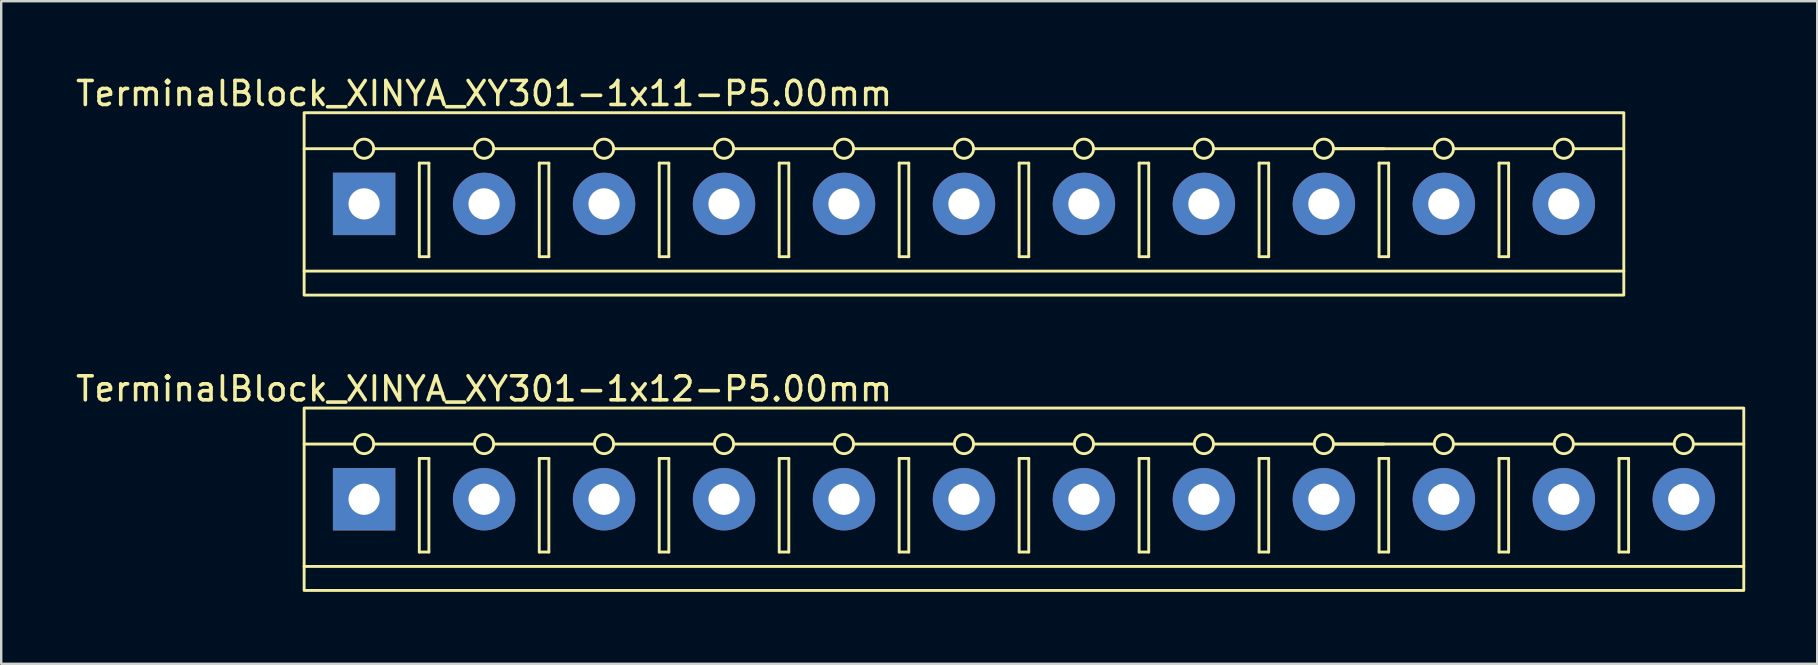
<source format=kicad_pcb>
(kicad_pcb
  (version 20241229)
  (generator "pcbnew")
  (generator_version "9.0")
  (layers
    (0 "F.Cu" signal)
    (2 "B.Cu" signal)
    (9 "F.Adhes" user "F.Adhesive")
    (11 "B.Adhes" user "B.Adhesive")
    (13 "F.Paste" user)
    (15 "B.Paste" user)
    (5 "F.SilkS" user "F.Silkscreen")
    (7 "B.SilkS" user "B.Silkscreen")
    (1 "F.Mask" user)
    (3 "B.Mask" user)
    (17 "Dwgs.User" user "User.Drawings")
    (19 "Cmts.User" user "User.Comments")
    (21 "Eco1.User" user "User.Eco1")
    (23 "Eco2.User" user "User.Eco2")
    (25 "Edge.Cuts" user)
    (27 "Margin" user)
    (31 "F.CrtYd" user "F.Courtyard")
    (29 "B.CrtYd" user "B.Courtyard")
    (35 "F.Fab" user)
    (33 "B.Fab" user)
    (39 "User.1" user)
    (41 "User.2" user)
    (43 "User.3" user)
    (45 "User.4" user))
  (footprint "TerminalBlock_XINYA_XY301-1x12-P5.00mm"
    (layer "F.Cu")
    (at 9.625 13.957)
    (property "Reference" "TerminalBlock_XINYA_XY301-1x12-P5.00mm" (at 7.5 -0.8 0) (unlocked yes) (layer "F.SilkS") (effects (font (size 1 1) (thickness 0.15))))
    (attr through_hole)
    (fp_line (start 2.1 1.5) (end 0 1.5) (stroke (width 0.12) (type solid)) (layer "F.SilkS"))
    (fp_line (start 4.8 2.1) (end 4.8 6) (stroke (width 0.12) (type solid)) (layer "F.SilkS"))
    (fp_line (start 4.8 6) (end 5.2 6) (stroke (width 0.12) (type solid)) (layer "F.SilkS"))
    (fp_line (start 5.2 2.1) (end 4.8 2.1) (stroke (width 0.12) (type solid)) (layer "F.SilkS"))
    (fp_line (start 5.2 6) (end 5.2 2.1) (stroke (width 0.12) (type solid)) (layer "F.SilkS"))
    (fp_line (start 7.1 1.5) (end 2.9 1.5) (stroke (width 0.12) (type solid)) (layer "F.SilkS"))
    (fp_line (start 9.8 2.1) (end 9.8 6) (stroke (width 0.12) (type solid)) (layer "F.SilkS"))
    (fp_line (start 9.8 6) (end 10.2 6) (stroke (width 0.12) (type solid)) (layer "F.SilkS"))
    (fp_line (start 10.2 2.1) (end 9.8 2.1) (stroke (width 0.12) (type solid)) (layer "F.SilkS"))
    (fp_line (start 10.2 6) (end 10.2 2.1) (stroke (width 0.12) (type solid)) (layer "F.SilkS"))
    (fp_line (start 12.1 1.5) (end 7.9 1.5) (stroke (width 0.12) (type solid)) (layer "F.SilkS"))
    (fp_line (start 14.8 2.1) (end 14.8 6) (stroke (width 0.12) (type solid)) (layer "F.SilkS"))
    (fp_line (start 14.8 6) (end 15.2 6) (stroke (width 0.12) (type solid)) (layer "F.SilkS"))
    (fp_line (start 15.2 2.1) (end 14.8 2.1) (stroke (width 0.12) (type solid)) (layer "F.SilkS"))
    (fp_line (start 15.2 6) (end 15.2 2.1) (stroke (width 0.12) (type solid)) (layer "F.SilkS"))
    (fp_line (start 17.1 1.5) (end 12.9 1.5) (stroke (width 0.12) (type solid)) (layer "F.SilkS"))
    (fp_line (start 19.8 2.1) (end 19.8 6) (stroke (width 0.12) (type solid)) (layer "F.SilkS"))
    (fp_line (start 19.8 6) (end 20.2 6) (stroke (width 0.12) (type solid)) (layer "F.SilkS"))
    (fp_line (start 20.2 2.1) (end 19.8 2.1) (stroke (width 0.12) (type solid)) (layer "F.SilkS"))
    (fp_line (start 20.2 6) (end 20.2 2.1) (stroke (width 0.12) (type solid)) (layer "F.SilkS"))
    (fp_line (start 22.1 1.5) (end 17.9 1.5) (stroke (width 0.12) (type solid)) (layer "F.SilkS"))
    (fp_line (start 24.8 2.1) (end 24.8 6) (stroke (width 0.12) (type solid)) (layer "F.SilkS"))
    (fp_line (start 24.8 6) (end 25.2 6) (stroke (width 0.12) (type solid)) (layer "F.SilkS"))
    (fp_line (start 25.2 2.1) (end 24.8 2.1) (stroke (width 0.12) (type solid)) (layer "F.SilkS"))
    (fp_line (start 25.2 6) (end 25.2 2.1) (stroke (width 0.12) (type solid)) (layer "F.SilkS"))
    (fp_line (start 27.1 1.5) (end 22.9 1.5) (stroke (width 0.12) (type solid)) (layer "F.SilkS"))
    (fp_line (start 29.8 2.1) (end 29.8 6) (stroke (width 0.12) (type solid)) (layer "F.SilkS"))
    (fp_line (start 29.8 6) (end 30.2 6) (stroke (width 0.12) (type solid)) (layer "F.SilkS"))
    (fp_line (start 30.2 2.1) (end 29.8 2.1) (stroke (width 0.12) (type solid)) (layer "F.SilkS"))
    (fp_line (start 30.2 6) (end 30.2 2.1) (stroke (width 0.12) (type solid)) (layer "F.SilkS"))
    (fp_line (start 32.1 1.5) (end 27.9 1.5) (stroke (width 0.12) (type solid)) (layer "F.SilkS"))
    (fp_line (start 34.8 2.1) (end 34.8 6) (stroke (width 0.12) (type solid)) (layer "F.SilkS"))
    (fp_line (start 34.8 6) (end 35.2 6) (stroke (width 0.12) (type solid)) (layer "F.SilkS"))
    (fp_line (start 35.2 2.1) (end 34.8 2.1) (stroke (width 0.12) (type solid)) (layer "F.SilkS"))
    (fp_line (start 35.2 6) (end 35.2 2.1) (stroke (width 0.12) (type solid)) (layer "F.SilkS"))
    (fp_line (start 37.1 1.5) (end 32.9 1.5) (stroke (width 0.12) (type solid)) (layer "F.SilkS"))
    (fp_line (start 39.8 2.1) (end 39.8 6) (stroke (width 0.12) (type solid)) (layer "F.SilkS"))
    (fp_line (start 39.8 6) (end 40.2 6) (stroke (width 0.12) (type solid)) (layer "F.SilkS"))
    (fp_line (start 40.2 2.1) (end 39.8 2.1) (stroke (width 0.12) (type solid)) (layer "F.SilkS"))
    (fp_line (start 40.2 6) (end 40.2 2.1) (stroke (width 0.12) (type solid)) (layer "F.SilkS"))
    (fp_line (start 42.1 1.5) (end 37.9 1.5) (stroke (width 0.12) (type solid)) (layer "F.SilkS"))
    (fp_line (start 42.9 1.5) (end 45 1.5) (stroke (width 0.12) (type solid)) (layer "F.SilkS"))
    (fp_line (start 44.8 2.1) (end 44.8 6) (stroke (width 0.12) (type solid)) (layer "F.SilkS"))
    (fp_line (start 44.8 6) (end 45.2 6) (stroke (width 0.12) (type solid)) (layer "F.SilkS"))
    (fp_line (start 45.2 2.1) (end 44.8 2.1) (stroke (width 0.12) (type solid)) (layer "F.SilkS"))
    (fp_line (start 45.2 6) (end 45.2 2.1) (stroke (width 0.12) (type solid)) (layer "F.SilkS"))
    (fp_line (start 47.1 1.5) (end 42.9 1.5) (stroke (width 0.12) (type solid)) (layer "F.SilkS"))
    (fp_line (start 49.8 2.1) (end 49.8 6) (stroke (width 0.12) (type solid)) (layer "F.SilkS"))
    (fp_line (start 49.8 6) (end 50.2 6) (stroke (width 0.12) (type solid)) (layer "F.SilkS"))
    (fp_line (start 50.2 2.1) (end 49.8 2.1) (stroke (width 0.12) (type solid)) (layer "F.SilkS"))
    (fp_line (start 50.2 6) (end 50.2 2.1) (stroke (width 0.12) (type solid)) (layer "F.SilkS"))
    (fp_line (start 52.1 1.5) (end 47.9 1.5) (stroke (width 0.12) (type solid)) (layer "F.SilkS"))
    (fp_line (start 54.8 2.1) (end 54.8 6) (stroke (width 0.12) (type solid)) (layer "F.SilkS"))
    (fp_line (start 54.8 6) (end 55.2 6) (stroke (width 0.12) (type solid)) (layer "F.SilkS"))
    (fp_line (start 55.2 2.1) (end 54.8 2.1) (stroke (width 0.12) (type solid)) (layer "F.SilkS"))
    (fp_line (start 55.2 6) (end 55.2 2.1) (stroke (width 0.12) (type solid)) (layer "F.SilkS"))
    (fp_line (start 57.1 1.5) (end 52.9 1.5) (stroke (width 0.12) (type solid)) (layer "F.SilkS"))
    (fp_line (start 57.9 1.5) (end 60 1.5) (stroke (width 0.12) (type solid)) (layer "F.SilkS"))
    (fp_line (start 60 6.6) (end 0 6.6) (stroke (width 0.12) (type solid)) (layer "F.SilkS"))
    (fp_rect (start 0 0) (end 60 7.6) (stroke (width 0.12) (type solid)) (fill no) (layer "F.SilkS"))
    (fp_circle (center 2.5 1.5) (end 2.9 1.5) (stroke (width 0.12) (type solid)) (fill no) (layer "F.SilkS"))
    (fp_circle (center 7.5 1.5) (end 7.9 1.5) (stroke (width 0.12) (type solid)) (fill no) (layer "F.SilkS"))
    (fp_circle (center 12.5 1.5) (end 12.9 1.5) (stroke (width 0.12) (type solid)) (fill no) (layer "F.SilkS"))
    (fp_circle (center 17.5 1.5) (end 17.9 1.5) (stroke (width 0.12) (type solid)) (fill no) (layer "F.SilkS"))
    (fp_circle (center 22.5 1.5) (end 22.9 1.5) (stroke (width 0.12) (type solid)) (fill no) (layer "F.SilkS"))
    (fp_circle (center 27.5 1.5) (end 27.9 1.5) (stroke (width 0.12) (type solid)) (fill no) (layer "F.SilkS"))
    (fp_circle (center 32.5 1.5) (end 32.9 1.5) (stroke (width 0.12) (type solid)) (fill no) (layer "F.SilkS"))
    (fp_circle (center 37.5 1.5) (end 37.9 1.5) (stroke (width 0.12) (type solid)) (fill no) (layer "F.SilkS"))
    (fp_circle (center 42.5 1.5) (end 42.9 1.5) (stroke (width 0.12) (type solid)) (fill no) (layer "F.SilkS"))
    (fp_circle (center 47.5 1.5) (end 47.9 1.5) (stroke (width 0.12) (type solid)) (fill no) (layer "F.SilkS"))
    (fp_circle (center 52.5 1.5) (end 52.9 1.5) (stroke (width 0.12) (type solid)) (fill no) (layer "F.SilkS"))
    (fp_circle (center 57.5 1.5) (end 57.9 1.5) (stroke (width 0.12) (type solid)) (fill no) (layer "F.SilkS"))
    (pad "1" thru_hole rect (at 2.5 3.8) (size 2.6 2.6) (drill 1.3) (layers "*.Cu" "*.Mask"))
    (pad "2" thru_hole circle (at 7.5 3.8) (size 2.6 2.6) (drill 1.3) (layers "*.Cu" "*.Mask"))
    (pad "3" thru_hole circle (at 12.5 3.8) (size 2.6 2.6) (drill 1.3) (layers "*.Cu" "*.Mask"))
    (pad "4" thru_hole circle (at 17.5 3.8) (size 2.6 2.6) (drill 1.3) (layers "*.Cu" "*.Mask"))
    (pad "5" thru_hole circle (at 22.5 3.8) (size 2.6 2.6) (drill 1.3) (layers "*.Cu" "*.Mask"))
    (pad "6" thru_hole circle (at 27.5 3.8) (size 2.6 2.6) (drill 1.3) (layers "*.Cu" "*.Mask"))
    (pad "7" thru_hole circle (at 32.5 3.8) (size 2.6 2.6) (drill 1.3) (layers "*.Cu" "*.Mask"))
    (pad "8" thru_hole circle (at 37.5 3.8) (size 2.6 2.6) (drill 1.3) (layers "*.Cu" "*.Mask"))
    (pad "9" thru_hole circle (at 42.5 3.8) (size 2.6 2.6) (drill 1.3) (layers "*.Cu" "*.Mask"))
    (pad "10" thru_hole circle (at 47.5 3.8) (size 2.6 2.6) (drill 1.3) (layers "*.Cu" "*.Mask"))
    (pad "11" thru_hole circle (at 52.5 3.8) (size 2.6 2.6) (drill 1.3) (layers "*.Cu" "*.Mask"))
    (pad "12" thru_hole circle (at 57.5 3.8) (size 2.6 2.6) (drill 1.3) (layers "*.Cu" "*.Mask")))
  (footprint "TerminalBlock_XINYA_XY301-1x11-P5.00mm"
    (layer "F.Cu")
    (at 9.625 1.648)
    (property "Reference" "TerminalBlock_XINYA_XY301-1x11-P5.00mm" (at 7.5 -0.8 0) (unlocked yes) (layer "F.SilkS") (effects (font (size 1 1) (thickness 0.15))))
    (attr through_hole)
    (fp_line (start 2.1 1.5) (end 0 1.5) (stroke (width 0.12) (type solid)) (layer "F.SilkS"))
    (fp_line (start 4.8 2.1) (end 4.8 6) (stroke (width 0.12) (type solid)) (layer "F.SilkS"))
    (fp_line (start 4.8 6) (end 5.2 6) (stroke (width 0.12) (type solid)) (layer "F.SilkS"))
    (fp_line (start 5.2 2.1) (end 4.8 2.1) (stroke (width 0.12) (type solid)) (layer "F.SilkS"))
    (fp_line (start 5.2 6) (end 5.2 2.1) (stroke (width 0.12) (type solid)) (layer "F.SilkS"))
    (fp_line (start 7.1 1.5) (end 2.9 1.5) (stroke (width 0.12) (type solid)) (layer "F.SilkS"))
    (fp_line (start 9.8 2.1) (end 9.8 6) (stroke (width 0.12) (type solid)) (layer "F.SilkS"))
    (fp_line (start 9.8 6) (end 10.2 6) (stroke (width 0.12) (type solid)) (layer "F.SilkS"))
    (fp_line (start 10.2 2.1) (end 9.8 2.1) (stroke (width 0.12) (type solid)) (layer "F.SilkS"))
    (fp_line (start 10.2 6) (end 10.2 2.1) (stroke (width 0.12) (type solid)) (layer "F.SilkS"))
    (fp_line (start 12.1 1.5) (end 7.9 1.5) (stroke (width 0.12) (type solid)) (layer "F.SilkS"))
    (fp_line (start 14.8 2.1) (end 14.8 6) (stroke (width 0.12) (type solid)) (layer "F.SilkS"))
    (fp_line (start 14.8 6) (end 15.2 6) (stroke (width 0.12) (type solid)) (layer "F.SilkS"))
    (fp_line (start 15.2 2.1) (end 14.8 2.1) (stroke (width 0.12) (type solid)) (layer "F.SilkS"))
    (fp_line (start 15.2 6) (end 15.2 2.1) (stroke (width 0.12) (type solid)) (layer "F.SilkS"))
    (fp_line (start 17.1 1.5) (end 12.9 1.5) (stroke (width 0.12) (type solid)) (layer "F.SilkS"))
    (fp_line (start 19.8 2.1) (end 19.8 6) (stroke (width 0.12) (type solid)) (layer "F.SilkS"))
    (fp_line (start 19.8 6) (end 20.2 6) (stroke (width 0.12) (type solid)) (layer "F.SilkS"))
    (fp_line (start 20.2 2.1) (end 19.8 2.1) (stroke (width 0.12) (type solid)) (layer "F.SilkS"))
    (fp_line (start 20.2 6) (end 20.2 2.1) (stroke (width 0.12) (type solid)) (layer "F.SilkS"))
    (fp_line (start 22.1 1.5) (end 17.9 1.5) (stroke (width 0.12) (type solid)) (layer "F.SilkS"))
    (fp_line (start 24.8 2.1) (end 24.8 6) (stroke (width 0.12) (type solid)) (layer "F.SilkS"))
    (fp_line (start 24.8 6) (end 25.2 6) (stroke (width 0.12) (type solid)) (layer "F.SilkS"))
    (fp_line (start 25.2 2.1) (end 24.8 2.1) (stroke (width 0.12) (type solid)) (layer "F.SilkS"))
    (fp_line (start 25.2 6) (end 25.2 2.1) (stroke (width 0.12) (type solid)) (layer "F.SilkS"))
    (fp_line (start 27.1 1.5) (end 22.9 1.5) (stroke (width 0.12) (type solid)) (layer "F.SilkS"))
    (fp_line (start 29.8 2.1) (end 29.8 6) (stroke (width 0.12) (type solid)) (layer "F.SilkS"))
    (fp_line (start 29.8 6) (end 30.2 6) (stroke (width 0.12) (type solid)) (layer "F.SilkS"))
    (fp_line (start 30.2 2.1) (end 29.8 2.1) (stroke (width 0.12) (type solid)) (layer "F.SilkS"))
    (fp_line (start 30.2 6) (end 30.2 2.1) (stroke (width 0.12) (type solid)) (layer "F.SilkS"))
    (fp_line (start 32.1 1.5) (end 27.9 1.5) (stroke (width 0.12) (type solid)) (layer "F.SilkS"))
    (fp_line (start 34.8 2.1) (end 34.8 6) (stroke (width 0.12) (type solid)) (layer "F.SilkS"))
    (fp_line (start 34.8 6) (end 35.2 6) (stroke (width 0.12) (type solid)) (layer "F.SilkS"))
    (fp_line (start 35.2 2.1) (end 34.8 2.1) (stroke (width 0.12) (type solid)) (layer "F.SilkS"))
    (fp_line (start 35.2 6) (end 35.2 2.1) (stroke (width 0.12) (type solid)) (layer "F.SilkS"))
    (fp_line (start 37.1 1.5) (end 32.9 1.5) (stroke (width 0.12) (type solid)) (layer "F.SilkS"))
    (fp_line (start 39.8 2.1) (end 39.8 6) (stroke (width 0.12) (type solid)) (layer "F.SilkS"))
    (fp_line (start 39.8 6) (end 40.2 6) (stroke (width 0.12) (type solid)) (layer "F.SilkS"))
    (fp_line (start 40.2 2.1) (end 39.8 2.1) (stroke (width 0.12) (type solid)) (layer "F.SilkS"))
    (fp_line (start 40.2 6) (end 40.2 2.1) (stroke (width 0.12) (type solid)) (layer "F.SilkS"))
    (fp_line (start 42.1 1.5) (end 37.9 1.5) (stroke (width 0.12) (type solid)) (layer "F.SilkS"))
    (fp_line (start 42.9 1.5) (end 45 1.5) (stroke (width 0.12) (type solid)) (layer "F.SilkS"))
    (fp_line (start 44.8 2.1) (end 44.8 6) (stroke (width 0.12) (type solid)) (layer "F.SilkS"))
    (fp_line (start 44.8 6) (end 45.2 6) (stroke (width 0.12) (type solid)) (layer "F.SilkS"))
    (fp_line (start 45.2 2.1) (end 44.8 2.1) (stroke (width 0.12) (type solid)) (layer "F.SilkS"))
    (fp_line (start 45.2 6) (end 45.2 2.1) (stroke (width 0.12) (type solid)) (layer "F.SilkS"))
    (fp_line (start 47.1 1.5) (end 42.9 1.5) (stroke (width 0.12) (type solid)) (layer "F.SilkS"))
    (fp_line (start 49.8 2.1) (end 49.8 6) (stroke (width 0.12) (type solid)) (layer "F.SilkS"))
    (fp_line (start 49.8 6) (end 50.2 6) (stroke (width 0.12) (type solid)) (layer "F.SilkS"))
    (fp_line (start 50.2 2.1) (end 49.8 2.1) (stroke (width 0.12) (type solid)) (layer "F.SilkS"))
    (fp_line (start 50.2 6) (end 50.2 2.1) (stroke (width 0.12) (type solid)) (layer "F.SilkS"))
    (fp_line (start 52.1 1.5) (end 47.9 1.5) (stroke (width 0.12) (type solid)) (layer "F.SilkS"))
    (fp_line (start 52.9 1.5) (end 55 1.5) (stroke (width 0.12) (type solid)) (layer "F.SilkS"))
    (fp_line (start 55 6.6) (end 0 6.6) (stroke (width 0.12) (type solid)) (layer "F.SilkS"))
    (fp_rect (start 0 0) (end 55 7.6) (stroke (width 0.12) (type solid)) (fill no) (layer "F.SilkS"))
    (fp_circle (center 2.5 1.5) (end 2.9 1.5) (stroke (width 0.12) (type solid)) (fill no) (layer "F.SilkS"))
    (fp_circle (center 7.5 1.5) (end 7.9 1.5) (stroke (width 0.12) (type solid)) (fill no) (layer "F.SilkS"))
    (fp_circle (center 12.5 1.5) (end 12.9 1.5) (stroke (width 0.12) (type solid)) (fill no) (layer "F.SilkS"))
    (fp_circle (center 17.5 1.5) (end 17.9 1.5) (stroke (width 0.12) (type solid)) (fill no) (layer "F.SilkS"))
    (fp_circle (center 22.5 1.5) (end 22.9 1.5) (stroke (width 0.12) (type solid)) (fill no) (layer "F.SilkS"))
    (fp_circle (center 27.5 1.5) (end 27.9 1.5) (stroke (width 0.12) (type solid)) (fill no) (layer "F.SilkS"))
    (fp_circle (center 32.5 1.5) (end 32.9 1.5) (stroke (width 0.12) (type solid)) (fill no) (layer "F.SilkS"))
    (fp_circle (center 37.5 1.5) (end 37.9 1.5) (stroke (width 0.12) (type solid)) (fill no) (layer "F.SilkS"))
    (fp_circle (center 42.5 1.5) (end 42.9 1.5) (stroke (width 0.12) (type solid)) (fill no) (layer "F.SilkS"))
    (fp_circle (center 47.5 1.5) (end 47.9 1.5) (stroke (width 0.12) (type solid)) (fill no) (layer "F.SilkS"))
    (fp_circle (center 52.5 1.5) (end 52.9 1.5) (stroke (width 0.12) (type solid)) (fill no) (layer "F.SilkS"))
    (pad "1" thru_hole rect (at 2.5 3.8) (size 2.6 2.6) (drill 1.3) (layers "*.Cu" "*.Mask"))
    (pad "2" thru_hole circle (at 7.5 3.8) (size 2.6 2.6) (drill 1.3) (layers "*.Cu" "*.Mask"))
    (pad "3" thru_hole circle (at 12.5 3.8) (size 2.6 2.6) (drill 1.3) (layers "*.Cu" "*.Mask"))
    (pad "4" thru_hole circle (at 17.5 3.8) (size 2.6 2.6) (drill 1.3) (layers "*.Cu" "*.Mask"))
    (pad "5" thru_hole circle (at 22.5 3.8) (size 2.6 2.6) (drill 1.3) (layers "*.Cu" "*.Mask"))
    (pad "6" thru_hole circle (at 27.5 3.8) (size 2.6 2.6) (drill 1.3) (layers "*.Cu" "*.Mask"))
    (pad "7" thru_hole circle (at 32.5 3.8) (size 2.6 2.6) (drill 1.3) (layers "*.Cu" "*.Mask"))
    (pad "8" thru_hole circle (at 37.5 3.8) (size 2.6 2.6) (drill 1.3) (layers "*.Cu" "*.Mask"))
    (pad "9" thru_hole circle (at 42.5 3.8) (size 2.6 2.6) (drill 1.3) (layers "*.Cu" "*.Mask"))
    (pad "10" thru_hole circle (at 47.5 3.8) (size 2.6 2.6) (drill 1.3) (layers "*.Cu" "*.Mask"))
    (pad "11" thru_hole circle (at 52.5 3.8) (size 2.6 2.6) (drill 1.3) (layers "*.Cu" "*.Mask")))
  (gr_rect
    (start -3 -3)
    (end 72.685 24.616)
    (stroke (width 0.1) (type default))
    (fill no)
    (layer "Edge.Cuts")))
</source>
